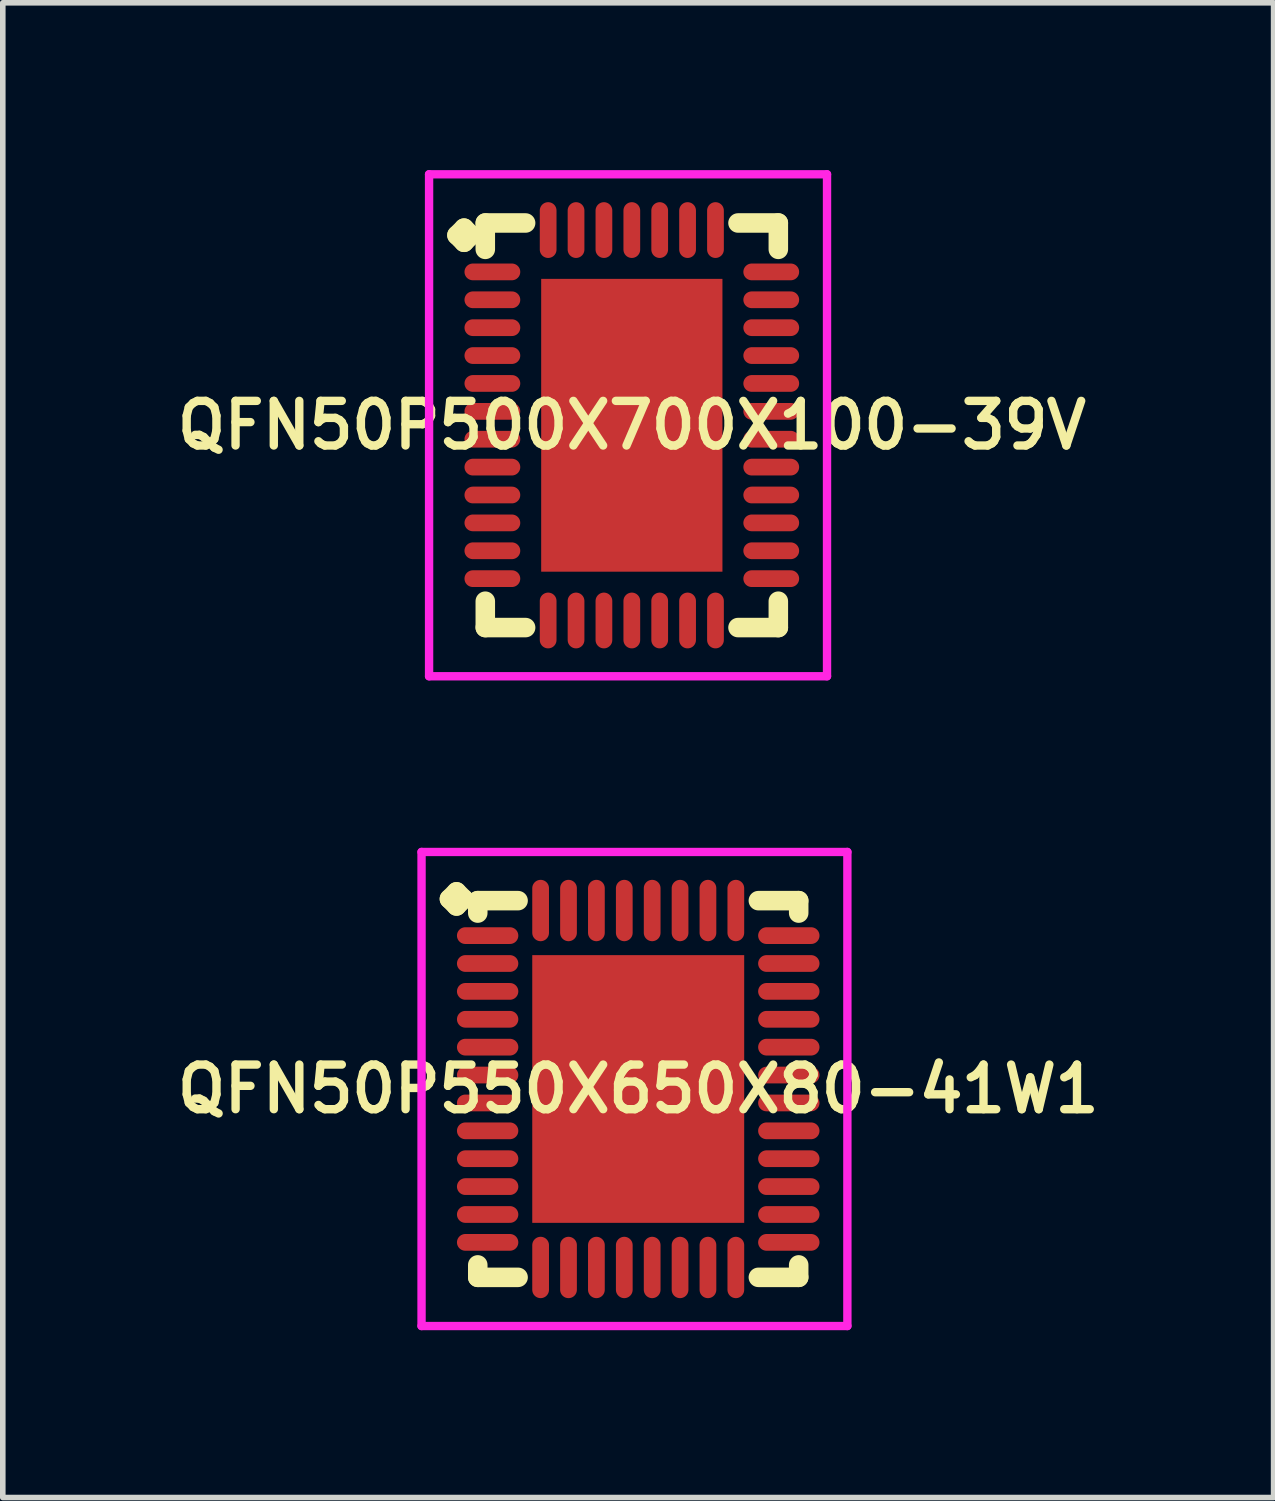
<source format=kicad_pcb>
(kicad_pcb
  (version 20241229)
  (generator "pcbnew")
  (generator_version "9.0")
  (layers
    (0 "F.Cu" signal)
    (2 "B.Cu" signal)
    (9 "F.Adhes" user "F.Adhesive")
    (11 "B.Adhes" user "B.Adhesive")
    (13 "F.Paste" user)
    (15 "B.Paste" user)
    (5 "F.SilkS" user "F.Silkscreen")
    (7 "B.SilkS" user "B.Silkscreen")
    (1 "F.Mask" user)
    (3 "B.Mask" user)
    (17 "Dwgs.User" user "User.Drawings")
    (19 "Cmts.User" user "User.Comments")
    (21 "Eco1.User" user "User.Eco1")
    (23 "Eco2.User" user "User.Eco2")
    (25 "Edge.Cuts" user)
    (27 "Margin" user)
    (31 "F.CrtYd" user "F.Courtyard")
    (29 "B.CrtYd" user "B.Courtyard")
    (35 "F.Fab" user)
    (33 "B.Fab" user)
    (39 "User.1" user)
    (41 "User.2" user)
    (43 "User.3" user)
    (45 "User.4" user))
  (footprint "QFN50P550X650X80-41W1"
    (layer "F.Cu")
    (at 8.393 16.475)
    (property "Reference" "QFN50P550X650X80-41W1" (at 0 0 0) (layer "F.SilkS") (effects (font (size 0.8 0.8) (thickness 0.15))))
    (attr smd)
    (fp_line (start -3.385 -3.408) (end -3.258 -3.535) (stroke (width 0.35) (type solid)) (layer "F.SilkS"))
    (fp_line (start -3.258 -3.535) (end -3.131 -3.408) (stroke (width 0.35) (type solid)) (layer "F.SilkS"))
    (fp_line (start -3.258 -3.281) (end -3.385 -3.408) (stroke (width 0.35) (type solid)) (layer "F.SilkS"))
    (fp_line (start -3.131 -3.408) (end -3.258 -3.281) (stroke (width 0.35) (type solid)) (layer "F.SilkS"))
    (fp_line (start -2.877 -3.377) (end -2.154 -3.377) (stroke (width 0.35) (type solid)) (layer "F.SilkS"))
    (fp_line (start -2.877 -3.154) (end -2.877 -3.377) (stroke (width 0.35) (type solid)) (layer "F.SilkS"))
    (fp_line (start -2.877 3.154) (end -2.877 3.377) (stroke (width 0.35) (type solid)) (layer "F.SilkS"))
    (fp_line (start -2.877 3.377) (end -2.154 3.377) (stroke (width 0.35) (type solid)) (layer "F.SilkS"))
    (fp_line (start 2.154 -3.377) (end 2.877 -3.377) (stroke (width 0.35) (type solid)) (layer "F.SilkS"))
    (fp_line (start 2.154 3.377) (end 2.877 3.377) (stroke (width 0.35) (type solid)) (layer "F.SilkS"))
    (fp_line (start 2.877 -3.377) (end 2.877 -3.154) (stroke (width 0.35) (type solid)) (layer "F.SilkS"))
    (fp_line (start 2.877 3.377) (end 2.877 3.154) (stroke (width 0.35) (type solid)) (layer "F.SilkS"))
    (fp_line (start -3.885 -4.25) (end 3.75 -4.25) (stroke (width 0.15) (type solid)) (layer "F.CrtYd"))
    (fp_line (start -3.885 4.25) (end -3.885 -4.25) (stroke (width 0.15) (type solid)) (layer "F.CrtYd"))
    (fp_line (start 3.75 -4.25) (end 3.75 4.25) (stroke (width 0.15) (type solid)) (layer "F.CrtYd"))
    (fp_line (start 3.75 4.25) (end -3.885 4.25) (stroke (width 0.15) (type solid)) (layer "F.CrtYd"))
    (pad "1" smd oval (at -2.7 -2.75) (size 1.1 0.3) (layers "F.Cu" "F.Mask" "F.Paste"))
    (pad "2" smd oval (at -2.7 -2.25) (size 1.1 0.3) (layers "F.Cu" "F.Mask" "F.Paste"))
    (pad "3" smd oval (at -2.7 -1.75) (size 1.1 0.3) (layers "F.Cu" "F.Mask" "F.Paste"))
    (pad "4" smd oval (at -2.7 -1.25) (size 1.1 0.3) (layers "F.Cu" "F.Mask" "F.Paste"))
    (pad "5" smd oval (at -2.7 -0.75) (size 1.1 0.3) (layers "F.Cu" "F.Mask" "F.Paste"))
    (pad "6" smd oval (at -2.7 -0.25) (size 1.1 0.3) (layers "F.Cu" "F.Mask" "F.Paste"))
    (pad "7" smd oval (at -2.7 0.25) (size 1.1 0.3) (layers "F.Cu" "F.Mask" "F.Paste"))
    (pad "8" smd oval (at -2.7 0.75) (size 1.1 0.3) (layers "F.Cu" "F.Mask" "F.Paste"))
    (pad "9" smd oval (at -2.7 1.25) (size 1.1 0.3) (layers "F.Cu" "F.Mask" "F.Paste"))
    (pad "10" smd oval (at -2.7 1.75) (size 1.1 0.3) (layers "F.Cu" "F.Mask" "F.Paste"))
    (pad "11" smd oval (at -2.7 2.25) (size 1.1 0.3) (layers "F.Cu" "F.Mask" "F.Paste"))
    (pad "12" smd oval (at -2.7 2.75) (size 1.1 0.3) (layers "F.Cu" "F.Mask" "F.Paste"))
    (pad "13" smd oval (at -1.75 3.2) (size 0.3 1.1) (layers "F.Cu" "F.Mask" "F.Paste"))
    (pad "14" smd oval (at -1.25 3.2) (size 0.3 1.1) (layers "F.Cu" "F.Mask" "F.Paste"))
    (pad "15" smd oval (at -0.75 3.2) (size 0.3 1.1) (layers "F.Cu" "F.Mask" "F.Paste"))
    (pad "16" smd oval (at -0.25 3.2) (size 0.3 1.1) (layers "F.Cu" "F.Mask" "F.Paste"))
    (pad "17" smd oval (at 0.25 3.2) (size 0.3 1.1) (layers "F.Cu" "F.Mask" "F.Paste"))
    (pad "18" smd oval (at 0.75 3.2) (size 0.3 1.1) (layers "F.Cu" "F.Mask" "F.Paste"))
    (pad "19" smd oval (at 1.25 3.2) (size 0.3 1.1) (layers "F.Cu" "F.Mask" "F.Paste"))
    (pad "20" smd oval (at 1.75 3.2) (size 0.3 1.1) (layers "F.Cu" "F.Mask" "F.Paste"))
    (pad "21" smd oval (at 2.7 2.75) (size 1.1 0.3) (layers "F.Cu" "F.Mask" "F.Paste"))
    (pad "22" smd oval (at 2.7 2.25) (size 1.1 0.3) (layers "F.Cu" "F.Mask" "F.Paste"))
    (pad "23" smd oval (at 2.7 1.75) (size 1.1 0.3) (layers "F.Cu" "F.Mask" "F.Paste"))
    (pad "24" smd oval (at 2.7 1.25) (size 1.1 0.3) (layers "F.Cu" "F.Mask" "F.Paste"))
    (pad "25" smd oval (at 2.7 0.75) (size 1.1 0.3) (layers "F.Cu" "F.Mask" "F.Paste"))
    (pad "26" smd oval (at 2.7 0.25) (size 1.1 0.3) (layers "F.Cu" "F.Mask" "F.Paste"))
    (pad "27" smd oval (at 2.7 -0.25) (size 1.1 0.3) (layers "F.Cu" "F.Mask" "F.Paste"))
    (pad "28" smd oval (at 2.7 -0.75) (size 1.1 0.3) (layers "F.Cu" "F.Mask" "F.Paste"))
    (pad "29" smd oval (at 2.7 -1.25) (size 1.1 0.3) (layers "F.Cu" "F.Mask" "F.Paste"))
    (pad "30" smd oval (at 2.7 -1.75) (size 1.1 0.3) (layers "F.Cu" "F.Mask" "F.Paste"))
    (pad "31" smd oval (at 2.7 -2.25) (size 1.1 0.3) (layers "F.Cu" "F.Mask" "F.Paste"))
    (pad "32" smd oval (at 2.7 -2.75) (size 1.1 0.3) (layers "F.Cu" "F.Mask" "F.Paste"))
    (pad "33" smd oval (at 1.75 -3.2) (size 0.3 1.1) (layers "F.Cu" "F.Mask" "F.Paste"))
    (pad "34" smd oval (at 1.25 -3.2) (size 0.3 1.1) (layers "F.Cu" "F.Mask" "F.Paste"))
    (pad "35" smd oval (at 0.75 -3.2) (size 0.3 1.1) (layers "F.Cu" "F.Mask" "F.Paste"))
    (pad "36" smd oval (at 0.25 -3.2) (size 0.3 1.1) (layers "F.Cu" "F.Mask" "F.Paste"))
    (pad "37" smd oval (at -0.25 -3.2) (size 0.3 1.1) (layers "F.Cu" "F.Mask" "F.Paste"))
    (pad "38" smd oval (at -0.75 -3.2) (size 0.3 1.1) (layers "F.Cu" "F.Mask" "F.Paste"))
    (pad "39" smd oval (at -1.25 -3.2) (size 0.3 1.1) (layers "F.Cu" "F.Mask" "F.Paste"))
    (pad "40" smd oval (at -1.75 -3.2) (size 0.3 1.1) (layers "F.Cu" "F.Mask" "F.Paste"))
    (pad "41" smd rect (at 0 0) (size 3.8 4.8) (layers "F.Cu" "F.Mask" "F.Paste")))
  (footprint "QFN50P500X700X100-39V"
    (layer "F.Cu")
    (at 8.278 4.575)
    (property "Reference" "QFN50P500X700X100-39V" (at 0 0 0) (layer "F.SilkS") (effects (font (size 0.8 0.8) (thickness 0.15))))
    (attr smd)
    (fp_line (start -3.135 -3.408) (end -3.008 -3.535) (stroke (width 0.35) (type solid)) (layer "F.SilkS"))
    (fp_line (start -3.008 -3.535) (end -2.881 -3.408) (stroke (width 0.35) (type solid)) (layer "F.SilkS"))
    (fp_line (start -3.008 -3.281) (end -3.135 -3.408) (stroke (width 0.35) (type solid)) (layer "F.SilkS"))
    (fp_line (start -2.881 -3.408) (end -3.008 -3.281) (stroke (width 0.35) (type solid)) (layer "F.SilkS"))
    (fp_line (start -2.627 -3.627) (end -1.904 -3.627) (stroke (width 0.35) (type solid)) (layer "F.SilkS"))
    (fp_line (start -2.627 -3.154) (end -2.627 -3.627) (stroke (width 0.35) (type solid)) (layer "F.SilkS"))
    (fp_line (start -2.627 3.154) (end -2.627 3.627) (stroke (width 0.35) (type solid)) (layer "F.SilkS"))
    (fp_line (start -2.627 3.627) (end -1.904 3.627) (stroke (width 0.35) (type solid)) (layer "F.SilkS"))
    (fp_line (start 1.904 -3.627) (end 2.627 -3.627) (stroke (width 0.35) (type solid)) (layer "F.SilkS"))
    (fp_line (start 1.904 3.627) (end 2.627 3.627) (stroke (width 0.35) (type solid)) (layer "F.SilkS"))
    (fp_line (start 2.627 -3.627) (end 2.627 -3.154) (stroke (width 0.35) (type solid)) (layer "F.SilkS"))
    (fp_line (start 2.627 3.627) (end 2.627 3.154) (stroke (width 0.35) (type solid)) (layer "F.SilkS"))
    (fp_line (start -3.635 -4.5) (end 3.5 -4.5) (stroke (width 0.15) (type solid)) (layer "F.CrtYd"))
    (fp_line (start -3.635 4.5) (end -3.635 -4.5) (stroke (width 0.15) (type solid)) (layer "F.CrtYd"))
    (fp_line (start 3.5 -4.5) (end 3.5 4.5) (stroke (width 0.15) (type solid)) (layer "F.CrtYd"))
    (fp_line (start 3.5 4.5) (end -3.635 4.5) (stroke (width 0.15) (type solid)) (layer "F.CrtYd"))
    (pad "1" smd oval (at -2.5 -2.75) (size 1 0.3) (layers "F.Cu" "F.Mask" "F.Paste"))
    (pad "2" smd oval (at -2.5 -2.25) (size 1 0.3) (layers "F.Cu" "F.Mask" "F.Paste"))
    (pad "3" smd oval (at -2.5 -1.75) (size 1 0.3) (layers "F.Cu" "F.Mask" "F.Paste"))
    (pad "4" smd oval (at -2.5 -1.25) (size 1 0.3) (layers "F.Cu" "F.Mask" "F.Paste"))
    (pad "5" smd oval (at -2.5 -0.75) (size 1 0.3) (layers "F.Cu" "F.Mask" "F.Paste"))
    (pad "6" smd oval (at -2.5 -0.25) (size 1 0.3) (layers "F.Cu" "F.Mask" "F.Paste"))
    (pad "7" smd oval (at -2.5 0.25) (size 1 0.3) (layers "F.Cu" "F.Mask" "F.Paste"))
    (pad "8" smd oval (at -2.5 0.75) (size 1 0.3) (layers "F.Cu" "F.Mask" "F.Paste"))
    (pad "9" smd oval (at -2.5 1.25) (size 1 0.3) (layers "F.Cu" "F.Mask" "F.Paste"))
    (pad "10" smd oval (at -2.5 1.75) (size 1 0.3) (layers "F.Cu" "F.Mask" "F.Paste"))
    (pad "11" smd oval (at -2.5 2.25) (size 1 0.3) (layers "F.Cu" "F.Mask" "F.Paste"))
    (pad "12" smd oval (at -2.5 2.75) (size 1 0.3) (layers "F.Cu" "F.Mask" "F.Paste"))
    (pad "13" smd oval (at -1.5 3.5) (size 0.3 1) (layers "F.Cu" "F.Mask" "F.Paste"))
    (pad "14" smd oval (at -1 3.5) (size 0.3 1) (layers "F.Cu" "F.Mask" "F.Paste"))
    (pad "15" smd oval (at -0.5 3.5) (size 0.3 1) (layers "F.Cu" "F.Mask" "F.Paste"))
    (pad "16" smd oval (at 0 3.5) (size 0.3 1) (layers "F.Cu" "F.Mask" "F.Paste"))
    (pad "17" smd oval (at 0.5 3.5) (size 0.3 1) (layers "F.Cu" "F.Mask" "F.Paste"))
    (pad "18" smd oval (at 1 3.5) (size 0.3 1) (layers "F.Cu" "F.Mask" "F.Paste"))
    (pad "19" smd oval (at 1.5 3.5) (size 0.3 1) (layers "F.Cu" "F.Mask" "F.Paste"))
    (pad "20" smd oval (at 2.5 2.75) (size 1 0.3) (layers "F.Cu" "F.Mask" "F.Paste"))
    (pad "21" smd oval (at 2.5 2.25) (size 1 0.3) (layers "F.Cu" "F.Mask" "F.Paste"))
    (pad "22" smd oval (at 2.5 1.75) (size 1 0.3) (layers "F.Cu" "F.Mask" "F.Paste"))
    (pad "23" smd oval (at 2.5 1.25) (size 1 0.3) (layers "F.Cu" "F.Mask" "F.Paste"))
    (pad "24" smd oval (at 2.5 0.75) (size 1 0.3) (layers "F.Cu" "F.Mask" "F.Paste"))
    (pad "25" smd oval (at 2.5 0.25) (size 1 0.3) (layers "F.Cu" "F.Mask" "F.Paste"))
    (pad "26" smd oval (at 2.5 -0.25) (size 1 0.3) (layers "F.Cu" "F.Mask" "F.Paste"))
    (pad "27" smd oval (at 2.5 -0.75) (size 1 0.3) (layers "F.Cu" "F.Mask" "F.Paste"))
    (pad "28" smd oval (at 2.5 -1.25) (size 1 0.3) (layers "F.Cu" "F.Mask" "F.Paste"))
    (pad "29" smd oval (at 2.5 -1.75) (size 1 0.3) (layers "F.Cu" "F.Mask" "F.Paste"))
    (pad "30" smd oval (at 2.5 -2.25) (size 1 0.3) (layers "F.Cu" "F.Mask" "F.Paste"))
    (pad "31" smd oval (at 2.5 -2.75) (size 1 0.3) (layers "F.Cu" "F.Mask" "F.Paste"))
    (pad "32" smd oval (at 1.5 -3.5) (size 0.3 1) (layers "F.Cu" "F.Mask" "F.Paste"))
    (pad "33" smd oval (at 1 -3.5) (size 0.3 1) (layers "F.Cu" "F.Mask" "F.Paste"))
    (pad "34" smd oval (at 0.5 -3.5) (size 0.3 1) (layers "F.Cu" "F.Mask" "F.Paste"))
    (pad "35" smd oval (at 0 -3.5) (size 0.3 1) (layers "F.Cu" "F.Mask" "F.Paste"))
    (pad "36" smd oval (at -0.5 -3.5) (size 0.3 1) (layers "F.Cu" "F.Mask" "F.Paste"))
    (pad "37" smd oval (at -1 -3.5) (size 0.3 1) (layers "F.Cu" "F.Mask" "F.Paste"))
    (pad "38" smd oval (at -1.5 -3.5) (size 0.3 1) (layers "F.Cu" "F.Mask" "F.Paste"))
    (pad "39" smd rect (at 0 0) (size 3.25 5.25) (layers "F.Cu" "F.Mask" "F.Paste")))
  (gr_rect
    (start -3 -3)
    (end 19.785 23.8)
    (stroke (width 0.1) (type default))
    (fill no)
    (layer "Edge.Cuts")))
</source>
